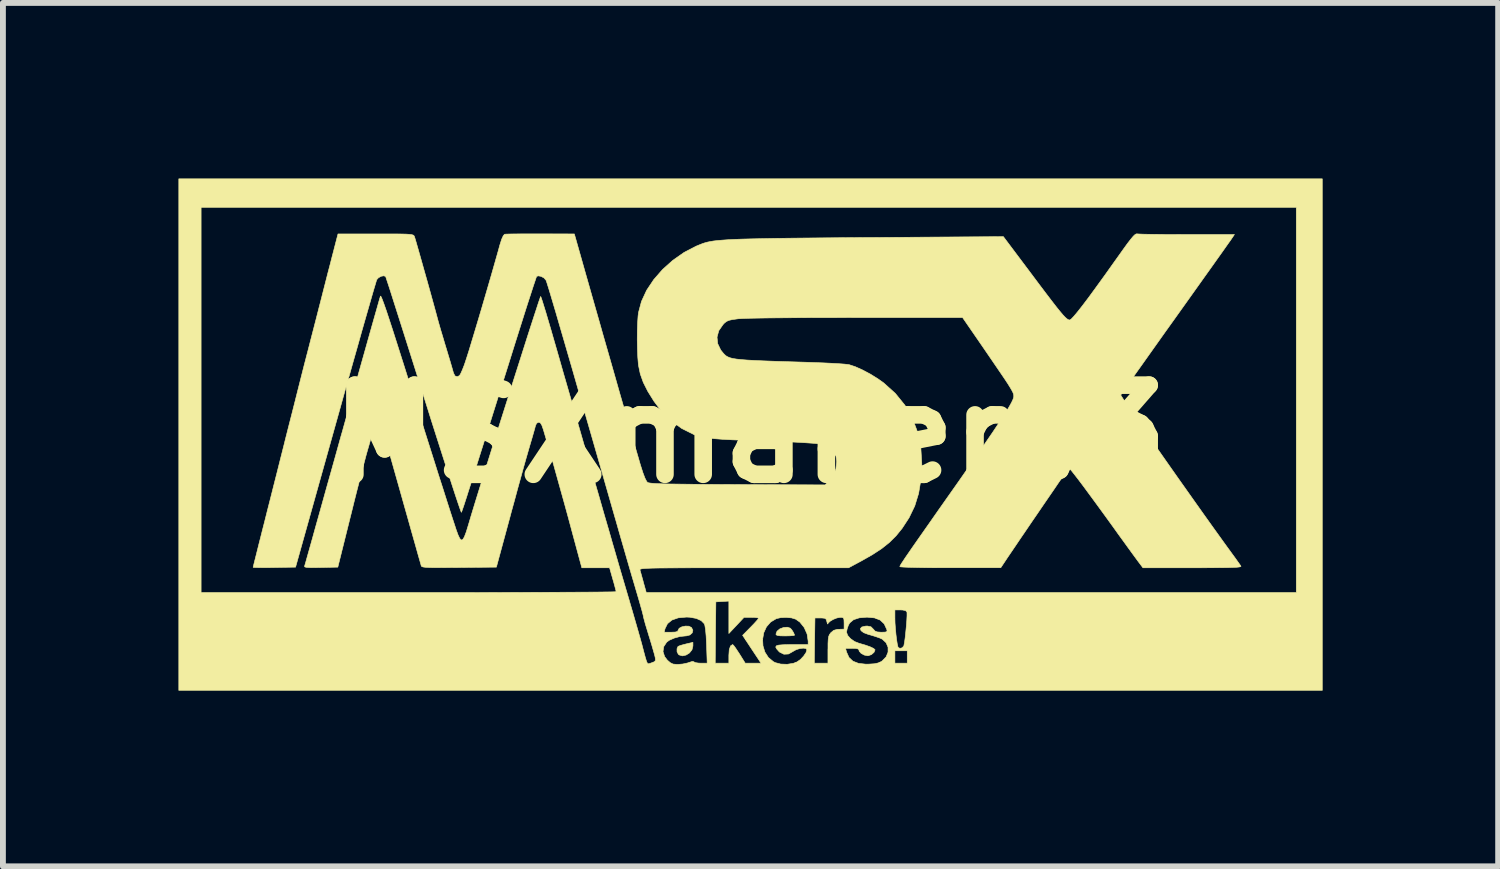
<source format=kicad_pcb>
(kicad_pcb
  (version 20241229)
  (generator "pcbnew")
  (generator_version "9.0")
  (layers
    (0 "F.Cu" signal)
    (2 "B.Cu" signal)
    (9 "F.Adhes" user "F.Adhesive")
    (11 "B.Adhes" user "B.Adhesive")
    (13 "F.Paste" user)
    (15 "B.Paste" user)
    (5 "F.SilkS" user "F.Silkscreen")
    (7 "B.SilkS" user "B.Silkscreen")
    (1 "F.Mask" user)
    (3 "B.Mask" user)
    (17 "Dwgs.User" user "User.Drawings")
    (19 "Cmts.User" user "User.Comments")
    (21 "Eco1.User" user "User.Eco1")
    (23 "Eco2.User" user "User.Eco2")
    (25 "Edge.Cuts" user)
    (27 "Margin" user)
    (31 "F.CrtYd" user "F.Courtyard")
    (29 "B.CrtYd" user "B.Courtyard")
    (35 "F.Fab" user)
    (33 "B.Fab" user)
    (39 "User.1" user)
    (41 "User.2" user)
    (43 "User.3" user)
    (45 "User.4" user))
  (footprint "MSXmakers3"
    (layer "F.Cu")
    (at 9.763 4.365)
    (property "Reference" "MSXmakers3" (at 0 0 0) (layer "F.SilkS") (effects (font (size 1.524 1.524) (thickness 0.3))))
    (attr through_hole)
    (fp_poly (pts (xy -0.974 3.622) (xy -0.99 3.687) (xy -1.033 3.741) (xy -1.091 3.777) (xy -1.153 3.791) (xy -1.209 3.775) (xy -1.223 3.763) (xy -1.245 3.721) (xy -1.246 3.67) (xy -1.229 3.631) (xy -1.224 3.628) (xy -1.19 3.614) (xy -1.13 3.597) (xy -1.086 3.586) (xy -0.974 3.56) (xy -0.974 3.622)) (stroke (width 0.01) (type solid)) (fill yes) (layer "F.SilkS"))
    (fp_poly (pts (xy 0.69 3.318) (xy 0.716 3.347) (xy 0.744 3.392) (xy 0.761 3.431) (xy 0.762 3.438) (xy 0.743 3.444) (xy 0.691 3.448) (xy 0.618 3.45) (xy 0.603 3.45) (xy 0.52 3.449) (xy 0.47 3.442) (xy 0.448 3.431) (xy 0.445 3.418) (xy 0.463 3.37) (xy 0.511 3.33) (xy 0.575 3.306) (xy 0.64 3.301) (xy 0.69 3.318)) (stroke (width 0.01) (type solid)) (fill yes) (layer "F.SilkS"))
    (fp_poly (pts (xy 9.779 4.381) (xy -9.758 4.381) (xy -9.758 -3.873) (xy -9.377 -3.873) (xy -9.377 2.709) (xy -5.831 2.709) (xy -5.447 2.709) (xy -5.075 2.709) (xy -4.717 2.709) (xy -4.374 2.708) (xy -4.05 2.707) (xy -3.745 2.706) (xy -3.464 2.705) (xy -3.207 2.704) (xy -2.977 2.703) (xy -2.776 2.702) (xy -2.607 2.701) (xy -2.471 2.699) (xy -2.371 2.698) (xy -2.308 2.696) (xy -2.286 2.694) (xy -2.286 2.694) (xy -2.291 2.669) (xy -2.306 2.612) (xy -2.327 2.534) (xy -2.342 2.483) (xy -2.398 2.286) (xy -2.872 2.286) (xy -3.048 1.635) (xy -3.106 1.419) (xy -3.168 1.193) (xy -3.232 0.964) (xy -3.295 0.738) (xy -3.355 0.523) (xy -3.412 0.324) (xy -3.463 0.149) (xy -3.506 0.004) (xy -3.529 -0.074) (xy -3.555 -0.148) (xy -3.579 -0.188) (xy -3.605 -0.201) (xy -3.609 -0.201) (xy -3.645 -0.183) (xy -3.665 -0.138) (xy -3.676 -0.095) (xy -3.697 -0.021) (xy -3.725 0.076) (xy -3.757 0.184) (xy -3.768 0.222) (xy -3.793 0.308) (xy -3.828 0.429) (xy -3.87 0.578) (xy -3.917 0.749) (xy -3.969 0.936) (xy -4.022 1.133) (xy -4.077 1.332) (xy -4.094 1.397) (xy -4.332 2.275) (xy -4.969 2.281) (xy -5.15 2.282) (xy -5.294 2.283) (xy -5.404 2.283) (xy -5.486 2.281) (xy -5.543 2.278) (xy -5.58 2.273) (xy -5.602 2.267) (xy -5.613 2.258) (xy -5.617 2.249) (xy -5.625 2.219) (xy -5.644 2.152) (xy -5.672 2.054) (xy -5.707 1.929) (xy -5.749 1.781) (xy -5.796 1.615) (xy -5.846 1.436) (xy -5.899 1.249) (xy -5.953 1.057) (xy -6.007 0.865) (xy -6.06 0.678) (xy -6.11 0.501) (xy -6.156 0.338) (xy -6.197 0.194) (xy -6.231 0.073) (xy -6.257 -0.02) (xy -6.274 -0.081) (xy -6.28 -0.101) (xy -6.308 -0.176) (xy -6.339 -0.21) (xy -6.371 -0.203) (xy -6.404 -0.154) (xy -6.437 -0.063) (xy -6.443 -0.041) (xy -6.463 0.028) (xy -6.489 0.124) (xy -6.52 0.231) (xy -6.542 0.307) (xy -6.562 0.379) (xy -6.59 0.486) (xy -6.626 0.623) (xy -6.667 0.783) (xy -6.713 0.96) (xy -6.761 1.15) (xy -6.809 1.345) (xy -6.825 1.408) (xy -7.041 2.275) (xy -7.33 2.281) (xy -7.45 2.283) (xy -7.532 2.282) (xy -7.583 2.278) (xy -7.607 2.27) (xy -7.61 2.26) (xy -7.603 2.237) (xy -7.585 2.175) (xy -7.558 2.078) (xy -7.521 1.947) (xy -7.476 1.787) (xy -7.424 1.599) (xy -7.364 1.386) (xy -7.298 1.15) (xy -7.227 0.895) (xy -7.15 0.622) (xy -7.07 0.336) (xy -6.987 0.037) (xy -6.964 -0.042) (xy -6.88 -0.344) (xy -6.799 -0.635) (xy -6.721 -0.912) (xy -6.648 -1.173) (xy -6.58 -1.414) (xy -6.518 -1.635) (xy -6.463 -1.83) (xy -6.415 -1.999) (xy -6.375 -2.139) (xy -6.345 -2.246) (xy -6.324 -2.319) (xy -6.313 -2.353) (xy -6.313 -2.356) (xy -6.303 -2.348) (xy -6.284 -2.305) (xy -6.254 -2.225) (xy -6.213 -2.108) (xy -6.162 -1.954) (xy -6.099 -1.761) (xy -6.025 -1.529) (xy -5.939 -1.258) (xy -5.928 -1.224) (xy -5.813 -0.859) (xy -5.703 -0.51) (xy -5.598 -0.178) (xy -5.499 0.135) (xy -5.407 0.425) (xy -5.323 0.692) (xy -5.246 0.931) (xy -5.179 1.142) (xy -5.122 1.32) (xy -5.075 1.465) (xy -5.039 1.574) (xy -5.021 1.63) (xy -4.987 1.724) (xy -4.958 1.785) (xy -4.932 1.812) (xy -4.906 1.803) (xy -4.879 1.758) (xy -4.847 1.674) (xy -4.809 1.55) (xy -4.795 1.503) (xy -4.771 1.421) (xy -4.737 1.309) (xy -4.694 1.168) (xy -4.643 1.003) (xy -4.585 0.816) (xy -4.521 0.612) (xy -4.453 0.393) (xy -4.381 0.163) (xy -4.306 -0.074) (xy -4.229 -0.317) (xy -4.152 -0.56) (xy -4.076 -0.801) (xy -4.001 -1.036) (xy -3.929 -1.262) (xy -3.861 -1.476) (xy -3.798 -1.674) (xy -3.74 -1.854) (xy -3.689 -2.011) (xy -3.646 -2.142) (xy -3.613 -2.244) (xy -3.589 -2.313) (xy -3.577 -2.347) (xy -3.575 -2.349) (xy -3.567 -2.33) (xy -3.548 -2.274) (xy -3.521 -2.187) (xy -3.486 -2.074) (xy -3.446 -1.938) (xy -3.401 -1.786) (xy -3.367 -1.667) (xy -3.318 -1.498) (xy -3.259 -1.293) (xy -3.192 -1.057) (xy -3.116 -0.795) (xy -3.034 -0.512) (xy -2.948 -0.212) (xy -2.858 0.1) (xy -2.766 0.419) (xy -2.673 0.74) (xy -2.581 1.058) (xy -2.492 1.369) (xy -2.405 1.667) (xy -2.349 1.863) (xy -2.298 2.038) (xy -2.24 2.239) (xy -2.178 2.45) (xy -2.117 2.657) (xy -2.062 2.843) (xy -2.052 2.879) (xy -2.007 3.032) (xy -1.963 3.184) (xy -1.922 3.326) (xy -1.887 3.449) (xy -1.86 3.545) (xy -1.848 3.588) (xy -1.815 3.715) (xy -1.79 3.807) (xy -1.772 3.868) (xy -1.758 3.905) (xy -1.744 3.923) (xy -1.729 3.926) (xy -1.709 3.92) (xy -1.681 3.91) (xy -1.681 3.91) (xy -1.632 3.891) (xy -1.614 3.868) (xy -1.617 3.825) (xy -1.618 3.821) (xy -1.628 3.778) (xy -1.645 3.718) (xy -1.485 3.718) (xy -1.457 3.804) (xy -1.41 3.865) (xy -1.359 3.909) (xy -1.313 3.931) (xy -1.249 3.937) (xy -1.229 3.937) (xy -1.147 3.93) (xy -1.068 3.913) (xy -1.042 3.904) (xy -0.984 3.886) (xy -0.957 3.892) (xy -0.956 3.894) (xy -0.933 3.906) (xy -0.881 3.914) (xy -0.84 3.916) (xy -0.73 3.916) (xy -0.73 3.916) (xy -0.593 3.916) (xy -0.36 3.916) (xy -0.36 3.782) (xy -0.353 3.683) (xy -0.331 3.621) (xy -0.297 3.598) (xy -0.294 3.598) (xy -0.276 3.615) (xy -0.243 3.66) (xy -0.2 3.725) (xy -0.179 3.757) (xy -0.08 3.916) (xy 0.19 3.916) (xy 0.032 3.678) (xy -0.08 3.508) (xy 0.217 3.508) (xy 0.223 3.62) (xy 0.256 3.727) (xy 0.316 3.82) (xy 0.402 3.891) (xy 0.434 3.907) (xy 0.527 3.931) (xy 0.637 3.935) (xy 0.743 3.918) (xy 0.748 3.916) (xy 1.1 3.916) (xy 1.333 3.916) (xy 1.333 3.684) (xy 1.334 3.662) (xy 1.633 3.662) (xy 1.652 3.728) (xy 1.693 3.819) (xy 1.76 3.882) (xy 1.855 3.919) (xy 1.981 3.933) (xy 2.032 3.932) (xy 2.126 3.926) (xy 2.191 3.912) (xy 2.242 3.889) (xy 2.259 3.878) (xy 2.327 3.808) (xy 2.36 3.727) (xy 2.36 3.704) (xy 2.477 3.704) (xy 2.477 3.916) (xy 2.688 3.916) (xy 2.688 3.704) (xy 2.477 3.704) (xy 2.36 3.704) (xy 2.36 3.644) (xy 2.327 3.567) (xy 2.262 3.506) (xy 2.214 3.484) (xy 2.138 3.458) (xy 2.051 3.432) (xy 2.024 3.425) (xy 1.944 3.395) (xy 1.898 3.36) (xy 1.887 3.326) (xy 1.911 3.298) (xy 1.973 3.283) (xy 2.005 3.281) (xy 2.068 3.294) (xy 2.108 3.334) (xy 2.137 3.367) (xy 2.176 3.382) (xy 2.24 3.387) (xy 2.248 3.387) (xy 2.309 3.385) (xy 2.338 3.378) (xy 2.343 3.359) (xy 2.338 3.339) (xy 2.294 3.244) (xy 2.225 3.179) (xy 2.128 3.142) (xy 2.001 3.13) (xy 1.869 3.141) (xy 1.771 3.173) (xy 1.705 3.228) (xy 1.682 3.269) (xy 1.661 3.33) (xy 1.651 3.383) (xy 1.651 3.388) (xy 1.67 3.442) (xy 1.719 3.497) (xy 1.788 3.546) (xy 1.865 3.576) (xy 1.969 3.606) (xy 2.054 3.636) (xy 2.113 3.664) (xy 2.137 3.686) (xy 2.138 3.688) (xy 2.12 3.731) (xy 2.076 3.769) (xy 2.022 3.788) (xy 2.012 3.789) (xy 1.953 3.777) (xy 1.899 3.747) (xy 1.867 3.71) (xy 1.863 3.692) (xy 1.851 3.674) (xy 1.811 3.664) (xy 1.748 3.662) (xy 1.633 3.662) (xy 1.334 3.662) (xy 1.334 3.58) (xy 1.338 3.509) (xy 1.345 3.462) (xy 1.358 3.429) (xy 1.379 3.4) (xy 1.382 3.396) (xy 1.431 3.355) (xy 1.492 3.338) (xy 1.52 3.337) (xy 1.609 3.334) (xy 1.609 3.234) (xy 1.607 3.173) (xy 1.598 3.143) (xy 1.573 3.134) (xy 1.542 3.133) (xy 1.486 3.143) (xy 1.423 3.168) (xy 1.368 3.201) (xy 1.335 3.234) (xy 1.331 3.246) (xy 1.326 3.245) (xy 1.316 3.212) (xy 1.315 3.207) (xy 1.303 3.167) (xy 1.28 3.149) (xy 1.234 3.144) (xy 1.206 3.143) (xy 1.111 3.143) (xy 1.105 3.53) (xy 1.1 3.916) (xy 0.748 3.916) (xy 0.803 3.895) (xy 0.862 3.854) (xy 0.917 3.796) (xy 0.958 3.736) (xy 0.974 3.686) (xy 0.956 3.665) (xy 0.912 3.659) (xy 0.853 3.666) (xy 0.792 3.684) (xy 0.741 3.712) (xy 0.737 3.715) (xy 0.659 3.759) (xy 0.581 3.763) (xy 0.509 3.728) (xy 0.496 3.716) (xy 0.457 3.672) (xy 0.441 3.641) (xy 0.451 3.62) (xy 0.492 3.607) (xy 0.567 3.601) (xy 0.68 3.598) (xy 0.72 3.598) (xy 0.995 3.598) (xy 0.995 3.54) (xy 0.977 3.418) (xy 0.927 3.306) (xy 0.853 3.214) (xy 0.782 3.164) (xy 0.711 3.142) (xy 0.619 3.134) (xy 0.525 3.138) (xy 0.451 3.155) (xy 0.354 3.213) (xy 0.282 3.296) (xy 0.236 3.397) (xy 0.217 3.508) (xy -0.08 3.508) (xy -0.125 3.44) (xy 0.012 3.301) (xy 0.072 3.239) (xy 0.118 3.188) (xy 0.145 3.155) (xy 0.148 3.148) (xy 0.129 3.14) (xy 0.079 3.134) (xy 0.024 3.133) (xy -0.101 3.133) (xy -0.23 3.271) (xy -0.36 3.409) (xy -0.36 3.006) (xy 2.477 3.006) (xy 2.477 3.152) (xy 2.479 3.231) (xy 2.486 3.325) (xy 2.495 3.423) (xy 2.506 3.515) (xy 2.518 3.59) (xy 2.529 3.637) (xy 2.532 3.646) (xy 2.563 3.663) (xy 2.601 3.653) (xy 2.629 3.622) (xy 2.631 3.614) (xy 2.642 3.557) (xy 2.653 3.476) (xy 2.663 3.38) (xy 2.673 3.28) (xy 2.68 3.186) (xy 2.684 3.108) (xy 2.684 3.056) (xy 2.682 3.041) (xy 2.658 3.017) (xy 2.607 3.007) (xy 2.572 3.006) (xy 2.477 3.006) (xy -0.36 3.006) (xy -0.36 2.855) (xy -0.471 2.862) (xy -0.582 2.868) (xy -0.588 3.392) (xy -0.593 3.916) (xy -0.73 3.916) (xy -0.741 3.604) (xy -0.748 3.456) (xy -0.758 3.344) (xy -0.77 3.27) (xy -0.78 3.242) (xy -0.832 3.189) (xy -0.917 3.151) (xy -1.026 3.131) (xy -1.082 3.128) (xy -1.224 3.141) (xy -1.333 3.179) (xy -1.409 3.242) (xy -1.451 3.328) (xy -1.465 3.387) (xy -1.346 3.387) (xy -1.275 3.384) (xy -1.238 3.374) (xy -1.228 3.356) (xy -1.209 3.32) (xy -1.163 3.295) (xy -1.103 3.282) (xy -1.044 3.284) (xy -0.999 3.306) (xy -0.999 3.306) (xy -0.975 3.353) (xy -0.986 3.398) (xy -1.026 3.434) (xy -1.089 3.45) (xy -1.098 3.45) (xy -1.195 3.46) (xy -1.293 3.487) (xy -1.378 3.524) (xy -1.422 3.557) (xy -1.473 3.634) (xy -1.485 3.718) (xy -1.645 3.718) (xy -1.649 3.704) (xy -1.677 3.607) (xy -1.71 3.498) (xy -1.725 3.45) (xy -1.758 3.341) (xy -1.787 3.246) (xy -1.807 3.172) (xy -1.819 3.127) (xy -1.82 3.117) (xy -1.826 3.09) (xy -1.842 3.028) (xy -1.867 2.939) (xy -1.898 2.83) (xy -1.934 2.707) (xy -1.938 2.694) (xy -1.971 2.581) (xy -2.014 2.436) (xy -2.064 2.265) (xy -2.119 2.075) (xy -2.177 1.874) (xy -2.236 1.67) (xy -2.293 1.469) (xy -2.296 1.46) (xy -2.445 0.94) (xy -2.583 0.459) (xy -2.71 0.017) (xy -2.827 -0.387) (xy -2.933 -0.754) (xy -3.028 -1.086) (xy -3.114 -1.382) (xy -3.19 -1.644) (xy -3.257 -1.873) (xy -3.314 -2.07) (xy -3.363 -2.235) (xy -3.403 -2.37) (xy -3.435 -2.476) (xy -3.459 -2.553) (xy -3.475 -2.603) (xy -3.484 -2.627) (xy -3.484 -2.627) (xy -3.518 -2.666) (xy -3.568 -2.693) (xy -3.617 -2.702) (xy -3.644 -2.692) (xy -3.653 -2.67) (xy -3.673 -2.61) (xy -3.704 -2.518) (xy -3.743 -2.397) (xy -3.791 -2.25) (xy -3.845 -2.081) (xy -3.904 -1.894) (xy -3.968 -1.692) (xy -4.011 -1.556) (xy -4.137 -1.153) (xy -4.252 -0.788) (xy -4.355 -0.461) (xy -4.447 -0.168) (xy -4.529 0.092) (xy -4.602 0.321) (xy -4.665 0.522) (xy -4.719 0.694) (xy -4.766 0.842) (xy -4.806 0.966) (xy -4.838 1.068) (xy -4.865 1.151) (xy -4.886 1.216) (xy -4.903 1.265) (xy -4.915 1.3) (xy -4.923 1.322) (xy -4.928 1.335) (xy -4.93 1.338) (xy -4.938 1.321) (xy -4.958 1.266) (xy -4.989 1.175) (xy -5.03 1.053) (xy -5.08 0.9) (xy -5.138 0.721) (xy -5.204 0.517) (xy -5.276 0.292) (xy -5.354 0.048) (xy -5.437 -0.212) (xy -5.523 -0.486) (xy -5.577 -0.657) (xy -5.666 -0.939) (xy -5.751 -1.209) (xy -5.832 -1.465) (xy -5.908 -1.705) (xy -5.978 -1.925) (xy -6.041 -2.123) (xy -6.096 -2.296) (xy -6.142 -2.441) (xy -6.179 -2.555) (xy -6.206 -2.636) (xy -6.221 -2.681) (xy -6.224 -2.69) (xy -6.254 -2.703) (xy -6.3 -2.695) (xy -6.346 -2.67) (xy -6.375 -2.638) (xy -6.384 -2.612) (xy -6.403 -2.548) (xy -6.433 -2.448) (xy -6.471 -2.316) (xy -6.518 -2.152) (xy -6.573 -1.961) (xy -6.635 -1.744) (xy -6.702 -1.505) (xy -6.776 -1.245) (xy -6.854 -0.967) (xy -6.937 -0.674) (xy -7.022 -0.369) (xy -7.081 -0.159) (xy -7.763 2.275) (xy -8.125 2.281) (xy -8.244 2.283) (xy -8.346 2.283) (xy -8.425 2.282) (xy -8.475 2.28) (xy -8.488 2.278) (xy -8.483 2.255) (xy -8.469 2.198) (xy -8.447 2.111) (xy -8.419 2) (xy -8.387 1.871) (xy -8.362 1.774) (xy -8.333 1.658) (xy -8.294 1.506) (xy -8.249 1.326) (xy -8.197 1.122) (xy -8.141 0.9) (xy -8.082 0.668) (xy -8.022 0.429) (xy -7.962 0.192) (xy -7.938 0.095) (xy -7.881 -0.13) (xy -7.825 -0.349) (xy -7.772 -0.558) (xy -7.723 -0.753) (xy -7.679 -0.927) (xy -7.641 -1.077) (xy -7.61 -1.199) (xy -7.587 -1.287) (xy -7.578 -1.323) (xy -7.557 -1.402) (xy -7.528 -1.515) (xy -7.492 -1.655) (xy -7.451 -1.813) (xy -7.407 -1.984) (xy -7.362 -2.16) (xy -7.343 -2.233) (xy -7.298 -2.41) (xy -7.253 -2.586) (xy -7.21 -2.755) (xy -7.17 -2.907) (xy -7.137 -3.037) (xy -7.111 -3.136) (xy -7.104 -3.164) (xy -7.038 -3.418) (xy -6.395 -3.418) (xy -6.213 -3.418) (xy -6.069 -3.418) (xy -5.958 -3.417) (xy -5.876 -3.415) (xy -5.817 -3.411) (xy -5.779 -3.406) (xy -5.755 -3.399) (xy -5.742 -3.391) (xy -5.735 -3.379) (xy -5.733 -3.376) (xy -5.724 -3.348) (xy -5.705 -3.284) (xy -5.678 -3.19) (xy -5.644 -3.071) (xy -5.605 -2.933) (xy -5.562 -2.78) (xy -5.516 -2.618) (xy -5.47 -2.453) (xy -5.425 -2.29) (xy -5.382 -2.134) (xy -5.343 -1.99) (xy -5.323 -1.916) (xy -5.307 -1.86) (xy -5.282 -1.773) (xy -5.249 -1.664) (xy -5.213 -1.542) (xy -5.185 -1.45) (xy -5.149 -1.33) (xy -5.116 -1.221) (xy -5.09 -1.131) (xy -5.072 -1.068) (xy -5.064 -1.041) (xy -5.04 -0.993) (xy -5.001 -0.978) (xy -4.962 -0.998) (xy -4.942 -1.031) (xy -4.914 -1.093) (xy -4.882 -1.174) (xy -4.867 -1.218) (xy -4.839 -1.303) (xy -4.801 -1.422) (xy -4.756 -1.571) (xy -4.704 -1.743) (xy -4.647 -1.933) (xy -4.587 -2.135) (xy -4.526 -2.344) (xy -4.465 -2.553) (xy -4.406 -2.757) (xy -4.351 -2.95) (xy -4.301 -3.126) (xy -4.272 -3.232) (xy -4.242 -3.327) (xy -4.214 -3.388) (xy -4.191 -3.413) (xy -4.162 -3.415) (xy -4.097 -3.417) (xy -4.001 -3.418) (xy -3.88 -3.419) (xy -3.74 -3.419) (xy -3.586 -3.419) (xy -3.579 -3.419) (xy -3 -3.418) (xy -2.895 -3.048) (xy -2.859 -2.921) (xy -2.815 -2.765) (xy -2.763 -2.583) (xy -2.705 -2.379) (xy -2.642 -2.158) (xy -2.575 -1.924) (xy -2.506 -1.68) (xy -2.434 -1.43) (xy -2.362 -1.179) (xy -2.291 -0.93) (xy -2.222 -0.687) (xy -2.155 -0.455) (xy -2.092 -0.237) (xy -2.035 -0.038) (xy -1.984 0.14) (xy -1.94 0.291) (xy -1.905 0.411) (xy -1.88 0.498) (xy -1.87 0.532) (xy -1.828 0.663) (xy -1.793 0.755) (xy -1.764 0.811) (xy -1.747 0.829) (xy -1.731 0.834) (xy -1.702 0.839) (xy -1.655 0.844) (xy -1.588 0.848) (xy -1.499 0.851) (xy -1.384 0.854) (xy -1.242 0.856) (xy -1.07 0.858) (xy -0.864 0.86) (xy -0.623 0.862) (xy -0.343 0.863) (xy -0.21 0.864) (xy 1.284 0.87) (xy 1.35 0.802) (xy 1.427 0.704) (xy 1.469 0.596) (xy 1.482 0.473) (xy 1.469 0.359) (xy 1.433 0.269) (xy 1.377 0.207) (xy 1.346 0.191) (xy 1.3 0.181) (xy 1.216 0.171) (xy 1.1 0.16) (xy 0.954 0.15) (xy 0.785 0.14) (xy 0.597 0.131) (xy 0.394 0.123) (xy 0.181 0.116) (xy 0.159 0.116) (xy -0.086 0.108) (xy -0.293 0.1) (xy -0.465 0.091) (xy -0.607 0.08) (xy -0.723 0.067) (xy -0.817 0.051) (xy -0.892 0.033) (xy -0.95 0.013) (xy -1.168 -0.096) (xy -1.362 -0.24) (xy -1.534 -0.419) (xy -1.639 -0.559) (xy -1.745 -0.729) (xy -1.822 -0.882) (xy -1.873 -1.025) (xy -1.903 -1.169) (xy -1.906 -1.193) (xy -1.916 -1.312) (xy -1.922 -1.453) (xy -1.925 -1.606) (xy -1.924 -1.759) (xy -1.919 -1.9) (xy -1.911 -2.017) (xy -1.904 -2.074) (xy -1.853 -2.265) (xy -1.765 -2.455) (xy -1.643 -2.638) (xy -1.493 -2.81) (xy -1.319 -2.966) (xy -1.125 -3.102) (xy -0.915 -3.211) (xy -0.813 -3.252) (xy -0.774 -3.265) (xy -0.731 -3.277) (xy -0.683 -3.287) (xy -0.625 -3.297) (xy -0.556 -3.305) (xy -0.474 -3.312) (xy -0.377 -3.319) (xy -0.261 -3.325) (xy -0.125 -3.33) (xy 0.034 -3.334) (xy 0.218 -3.338) (xy 0.43 -3.342) (xy 0.672 -3.345) (xy 0.945 -3.348) (xy 1.253 -3.351) (xy 1.599 -3.354) (xy 1.983 -3.357) (xy 2.109 -3.357) (xy 4.33 -3.372) (xy 4.803 -2.742) (xy 4.943 -2.555) (xy 5.06 -2.4) (xy 5.157 -2.273) (xy 5.236 -2.171) (xy 5.299 -2.093) (xy 5.348 -2.035) (xy 5.387 -1.994) (xy 5.416 -1.968) (xy 5.439 -1.953) (xy 5.457 -1.948) (xy 5.463 -1.947) (xy 5.488 -1.962) (xy 5.532 -2.008) (xy 5.596 -2.084) (xy 5.681 -2.192) (xy 5.787 -2.332) (xy 5.914 -2.506) (xy 6.064 -2.713) (xy 6.236 -2.955) (xy 6.287 -3.026) (xy 6.38 -3.157) (xy 6.453 -3.258) (xy 6.509 -3.33) (xy 6.55 -3.379) (xy 6.58 -3.407) (xy 6.602 -3.419) (xy 6.615 -3.419) (xy 6.645 -3.417) (xy 6.712 -3.414) (xy 6.812 -3.412) (xy 6.94 -3.411) (xy 7.09 -3.409) (xy 7.259 -3.409) (xy 7.44 -3.408) (xy 7.468 -3.408) (xy 8.278 -3.408) (xy 8.21 -3.307) (xy 8.186 -3.274) (xy 8.14 -3.209) (xy 8.074 -3.115) (xy 7.989 -2.996) (xy 7.889 -2.855) (xy 7.774 -2.694) (xy 7.648 -2.517) (xy 7.512 -2.326) (xy 7.368 -2.124) (xy 7.244 -1.95) (xy 7.097 -1.745) (xy 6.958 -1.549) (xy 6.828 -1.366) (xy 6.709 -1.198) (xy 6.602 -1.048) (xy 6.511 -0.919) (xy 6.437 -0.813) (xy 6.382 -0.734) (xy 6.348 -0.684) (xy 6.336 -0.666) (xy 6.347 -0.646) (xy 6.38 -0.594) (xy 6.433 -0.514) (xy 6.505 -0.409) (xy 6.593 -0.281) (xy 6.694 -0.134) (xy 6.808 0.029) (xy 6.931 0.206) (xy 7.062 0.393) (xy 7.198 0.587) (xy 7.338 0.786) (xy 7.479 0.985) (xy 7.619 1.183) (xy 7.756 1.376) (xy 7.888 1.561) (xy 8.013 1.735) (xy 8.128 1.895) (xy 8.232 2.038) (xy 8.297 2.127) (xy 8.34 2.188) (xy 8.375 2.237) (xy 8.39 2.26) (xy 8.386 2.266) (xy 8.363 2.272) (xy 8.319 2.277) (xy 8.249 2.28) (xy 8.151 2.283) (xy 8.021 2.284) (xy 7.857 2.285) (xy 7.655 2.286) (xy 7.56 2.286) (xy 6.715 2.286) (xy 6.631 2.175) (xy 6.596 2.127) (xy 6.541 2.052) (xy 6.469 1.953) (xy 6.386 1.838) (xy 6.295 1.713) (xy 6.213 1.598) (xy 6.064 1.392) (xy 5.927 1.204) (xy 5.805 1.038) (xy 5.699 0.894) (xy 5.61 0.776) (xy 5.54 0.686) (xy 5.491 0.624) (xy 5.463 0.595) (xy 5.459 0.593) (xy 5.439 0.608) (xy 5.405 0.646) (xy 5.393 0.661) (xy 5.371 0.692) (xy 5.328 0.753) (xy 5.268 0.84) (xy 5.194 0.949) (xy 5.108 1.074) (xy 5.014 1.211) (xy 4.916 1.355) (xy 4.815 1.502) (xy 4.716 1.648) (xy 4.621 1.787) (xy 4.534 1.916) (xy 4.458 2.028) (xy 4.395 2.121) (xy 4.374 2.153) (xy 4.286 2.285) (xy 3.424 2.285) (xy 3.198 2.285) (xy 3.003 2.284) (xy 2.841 2.281) (xy 2.714 2.278) (xy 2.624 2.274) (xy 2.573 2.27) (xy 2.561 2.266) (xy 2.564 2.257) (xy 2.573 2.239) (xy 2.59 2.211) (xy 2.618 2.169) (xy 2.656 2.111) (xy 2.708 2.036) (xy 2.774 1.94) (xy 2.857 1.821) (xy 2.958 1.677) (xy 3.078 1.506) (xy 3.219 1.304) (xy 3.374 1.084) (xy 3.574 0.8) (xy 3.75 0.547) (xy 3.904 0.326) (xy 4.037 0.132) (xy 4.151 -0.034) (xy 4.246 -0.177) (xy 4.325 -0.296) (xy 4.387 -0.395) (xy 4.435 -0.475) (xy 4.47 -0.538) (xy 4.493 -0.587) (xy 4.505 -0.622) (xy 4.508 -0.643) (xy 4.507 -0.663) (xy 4.503 -0.685) (xy 4.492 -0.712) (xy 4.474 -0.747) (xy 4.446 -0.795) (xy 4.407 -0.858) (xy 4.353 -0.94) (xy 4.283 -1.043) (xy 4.195 -1.172) (xy 4.087 -1.33) (xy 3.972 -1.498) (xy 3.633 -1.99) (xy 1.8 -1.99) (xy 1.442 -1.989) (xy 1.115 -1.989) (xy 0.82 -1.987) (xy 0.559 -1.985) (xy 0.332 -1.983) (xy 0.142 -1.98) (xy -0.01 -1.977) (xy -0.123 -1.973) (xy -0.196 -1.969) (xy -0.212 -1.967) (xy -0.301 -1.955) (xy -0.361 -1.941) (xy -0.402 -1.922) (xy -0.438 -1.893) (xy -0.46 -1.869) (xy -0.532 -1.765) (xy -0.562 -1.655) (xy -0.551 -1.544) (xy -0.499 -1.435) (xy -0.455 -1.38) (xy -0.432 -1.356) (xy -0.408 -1.335) (xy -0.379 -1.318) (xy -0.342 -1.303) (xy -0.294 -1.29) (xy -0.23 -1.28) (xy -0.148 -1.271) (xy -0.045 -1.263) (xy 0.084 -1.256) (xy 0.241 -1.249) (xy 0.431 -1.242) (xy 0.655 -1.235) (xy 0.919 -1.227) (xy 0.921 -1.227) (xy 1.091 -1.221) (xy 1.251 -1.215) (xy 1.396 -1.208) (xy 1.519 -1.201) (xy 1.615 -1.194) (xy 1.677 -1.187) (xy 1.693 -1.185) (xy 1.799 -1.15) (xy 1.924 -1.094) (xy 2.058 -1.023) (xy 2.188 -0.942) (xy 2.285 -0.873) (xy 2.484 -0.694) (xy 2.647 -0.493) (xy 2.775 -0.27) (xy 2.866 -0.027) (xy 2.92 0.237) (xy 2.937 0.519) (xy 2.922 0.777) (xy 2.882 1.016) (xy 2.816 1.23) (xy 2.719 1.431) (xy 2.6 1.613) (xy 2.497 1.74) (xy 2.383 1.853) (xy 2.25 1.959) (xy 2.091 2.063) (xy 1.904 2.169) (xy 1.686 2.286) (xy -0.101 2.286) (xy -0.418 2.286) (xy -0.695 2.286) (xy -0.935 2.286) (xy -1.14 2.287) (xy -1.314 2.288) (xy -1.458 2.289) (xy -1.576 2.29) (xy -1.67 2.292) (xy -1.743 2.295) (xy -1.797 2.298) (xy -1.835 2.301) (xy -1.859 2.306) (xy -1.873 2.31) (xy -1.879 2.316) (xy -1.879 2.323) (xy -1.879 2.323) (xy -1.868 2.36) (xy -1.85 2.425) (xy -1.827 2.507) (xy -1.82 2.535) (xy -1.771 2.709) (xy 9.335 2.709) (xy 9.335 -3.873) (xy -9.377 -3.873) (xy -9.758 -3.873) (xy -9.758 -4.36) (xy 9.779 -4.36) (xy 9.779 4.381)) (stroke (width 0.01) (type solid)) (fill yes) (layer "F.SilkS")))
  (gr_rect
    (start -3 -3)
    (end 22.547 11.752)
    (stroke (width 0.1) (type default))
    (fill no)
    (layer "Edge.Cuts")))
</source>
